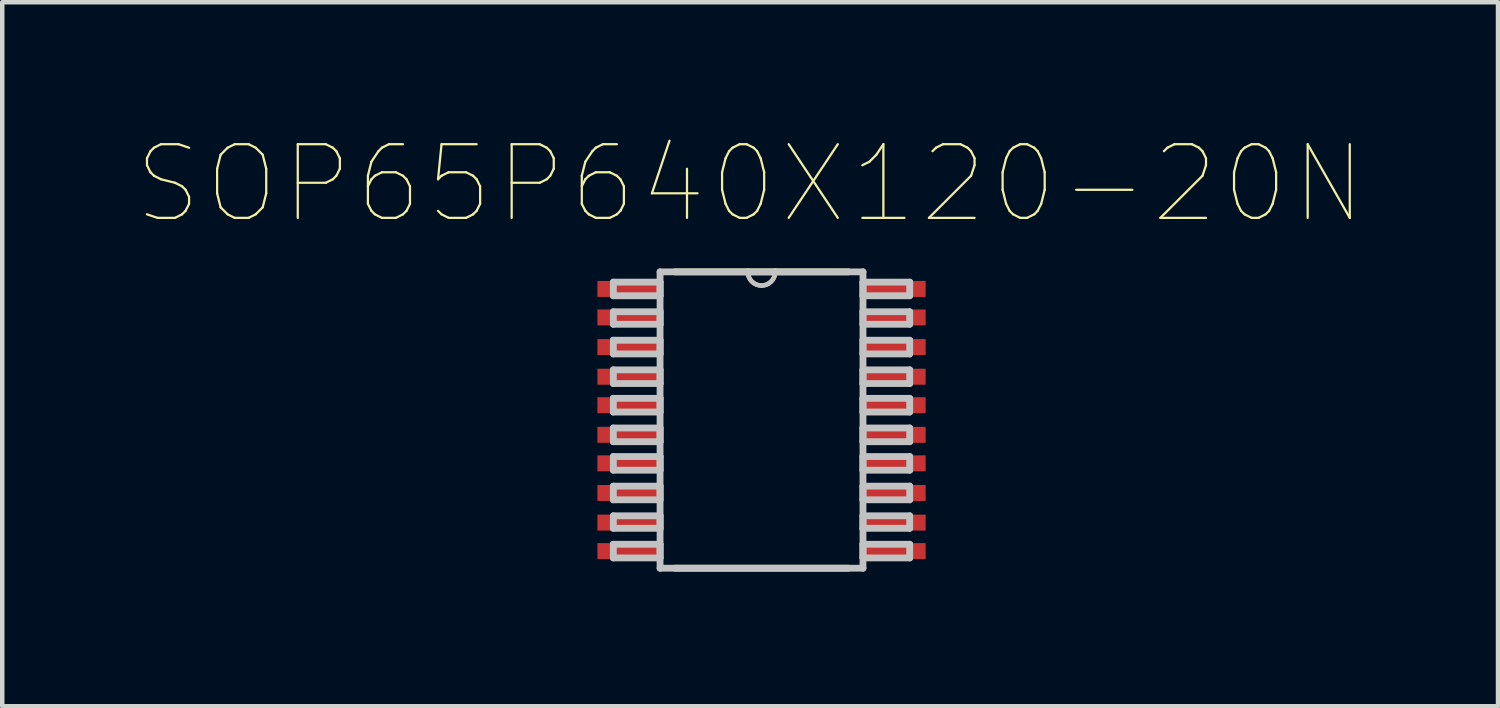
<source format=kicad_pcb>
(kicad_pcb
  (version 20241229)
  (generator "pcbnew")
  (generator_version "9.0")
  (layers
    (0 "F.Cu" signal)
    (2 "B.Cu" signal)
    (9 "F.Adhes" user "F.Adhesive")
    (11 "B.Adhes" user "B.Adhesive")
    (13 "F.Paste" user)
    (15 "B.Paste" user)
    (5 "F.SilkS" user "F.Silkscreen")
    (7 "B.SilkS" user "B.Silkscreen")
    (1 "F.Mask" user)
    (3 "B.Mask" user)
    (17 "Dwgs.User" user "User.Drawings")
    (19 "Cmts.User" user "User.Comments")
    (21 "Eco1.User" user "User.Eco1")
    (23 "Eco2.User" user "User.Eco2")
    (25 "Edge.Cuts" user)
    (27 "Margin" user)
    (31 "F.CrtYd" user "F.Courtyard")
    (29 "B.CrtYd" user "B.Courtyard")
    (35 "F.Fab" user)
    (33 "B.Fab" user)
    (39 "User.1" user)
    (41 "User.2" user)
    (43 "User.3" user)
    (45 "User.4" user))
  (footprint "SOP65P640X120-20N"
    (layer "F.Cu")
    (at 13.92 6.31)
    (property "Reference" "SOP65P640X120-20N" (at -0.254 -5.262 0) (layer "F.SilkS") (effects (font (size 1.641 1.641) (thickness 0.05))))
    (attr smd)
    (fp_line (start -1.93 3.302) (end 1.93 3.302) (stroke (width 0.152) (type solid)) (layer "F.SilkS"))
    (fp_line (start -0.305 -3.302) (end -1.93 -3.302) (stroke (width 0.152) (type solid)) (layer "F.SilkS"))
    (fp_line (start 0.305 -3.302) (end -0.305 -3.302) (stroke (width 0.152) (type solid)) (layer "F.SilkS"))
    (fp_line (start 1.93 -3.302) (end 0.305 -3.302) (stroke (width 0.152) (type solid)) (layer "F.SilkS"))
    (fp_arc (start 0.3048 -3.302) (mid 0 -2.9972) (end -0.3048 -3.302) (stroke (width 0.1) (type solid)) (layer "F.SilkS"))
    (fp_line (start -3.302 -3.073) (end -3.302 -2.769) (stroke (width 0.152) (type solid)) (layer "Dwgs.User"))
    (fp_line (start -3.302 -2.769) (end -2.261 -2.769) (stroke (width 0.152) (type solid)) (layer "Dwgs.User"))
    (fp_line (start -3.302 -2.413) (end -3.302 -2.134) (stroke (width 0.152) (type solid)) (layer "Dwgs.User"))
    (fp_line (start -3.302 -2.134) (end -2.261 -2.134) (stroke (width 0.152) (type solid)) (layer "Dwgs.User"))
    (fp_line (start -3.302 -1.778) (end -3.302 -1.473) (stroke (width 0.152) (type solid)) (layer "Dwgs.User"))
    (fp_line (start -3.302 -1.473) (end -2.261 -1.473) (stroke (width 0.152) (type solid)) (layer "Dwgs.User"))
    (fp_line (start -3.302 -1.118) (end -3.302 -0.813) (stroke (width 0.152) (type solid)) (layer "Dwgs.User"))
    (fp_line (start -3.302 -0.813) (end -2.261 -0.813) (stroke (width 0.152) (type solid)) (layer "Dwgs.User"))
    (fp_line (start -3.302 -0.483) (end -3.302 -0.178) (stroke (width 0.152) (type solid)) (layer "Dwgs.User"))
    (fp_line (start -3.302 -0.178) (end -2.261 -0.178) (stroke (width 0.152) (type solid)) (layer "Dwgs.User"))
    (fp_line (start -3.302 0.178) (end -3.302 0.483) (stroke (width 0.152) (type solid)) (layer "Dwgs.User"))
    (fp_line (start -3.302 0.483) (end -2.261 0.483) (stroke (width 0.152) (type solid)) (layer "Dwgs.User"))
    (fp_line (start -3.302 0.813) (end -3.302 1.118) (stroke (width 0.152) (type solid)) (layer "Dwgs.User"))
    (fp_line (start -3.302 1.118) (end -2.261 1.118) (stroke (width 0.152) (type solid)) (layer "Dwgs.User"))
    (fp_line (start -3.302 1.473) (end -3.302 1.778) (stroke (width 0.152) (type solid)) (layer "Dwgs.User"))
    (fp_line (start -3.302 1.778) (end -2.261 1.778) (stroke (width 0.152) (type solid)) (layer "Dwgs.User"))
    (fp_line (start -3.302 2.134) (end -3.302 2.413) (stroke (width 0.152) (type solid)) (layer "Dwgs.User"))
    (fp_line (start -3.302 2.413) (end -2.261 2.413) (stroke (width 0.152) (type solid)) (layer "Dwgs.User"))
    (fp_line (start -3.302 2.769) (end -3.302 3.073) (stroke (width 0.152) (type solid)) (layer "Dwgs.User"))
    (fp_line (start -3.302 3.073) (end -2.261 3.073) (stroke (width 0.152) (type solid)) (layer "Dwgs.User"))
    (fp_line (start -2.261 -3.302) (end -2.261 3.302) (stroke (width 0.152) (type solid)) (layer "Dwgs.User"))
    (fp_line (start -2.261 -3.073) (end -3.302 -3.073) (stroke (width 0.152) (type solid)) (layer "Dwgs.User"))
    (fp_line (start -2.261 -2.769) (end -2.261 -3.073) (stroke (width 0.152) (type solid)) (layer "Dwgs.User"))
    (fp_line (start -2.261 -2.413) (end -3.302 -2.413) (stroke (width 0.152) (type solid)) (layer "Dwgs.User"))
    (fp_line (start -2.261 -2.134) (end -2.261 -2.413) (stroke (width 0.152) (type solid)) (layer "Dwgs.User"))
    (fp_line (start -2.261 -1.778) (end -3.302 -1.778) (stroke (width 0.152) (type solid)) (layer "Dwgs.User"))
    (fp_line (start -2.261 -1.473) (end -2.261 -1.778) (stroke (width 0.152) (type solid)) (layer "Dwgs.User"))
    (fp_line (start -2.261 -1.118) (end -3.302 -1.118) (stroke (width 0.152) (type solid)) (layer "Dwgs.User"))
    (fp_line (start -2.261 -0.813) (end -2.261 -1.118) (stroke (width 0.152) (type solid)) (layer "Dwgs.User"))
    (fp_line (start -2.261 -0.483) (end -3.302 -0.483) (stroke (width 0.152) (type solid)) (layer "Dwgs.User"))
    (fp_line (start -2.261 -0.178) (end -2.261 -0.483) (stroke (width 0.152) (type solid)) (layer "Dwgs.User"))
    (fp_line (start -2.261 0.178) (end -3.302 0.178) (stroke (width 0.152) (type solid)) (layer "Dwgs.User"))
    (fp_line (start -2.261 0.483) (end -2.261 0.178) (stroke (width 0.152) (type solid)) (layer "Dwgs.User"))
    (fp_line (start -2.261 0.813) (end -3.302 0.813) (stroke (width 0.152) (type solid)) (layer "Dwgs.User"))
    (fp_line (start -2.261 1.118) (end -2.261 0.813) (stroke (width 0.152) (type solid)) (layer "Dwgs.User"))
    (fp_line (start -2.261 1.473) (end -3.302 1.473) (stroke (width 0.152) (type solid)) (layer "Dwgs.User"))
    (fp_line (start -2.261 1.778) (end -2.261 1.473) (stroke (width 0.152) (type solid)) (layer "Dwgs.User"))
    (fp_line (start -2.261 2.134) (end -3.302 2.134) (stroke (width 0.152) (type solid)) (layer "Dwgs.User"))
    (fp_line (start -2.261 2.413) (end -2.261 2.134) (stroke (width 0.152) (type solid)) (layer "Dwgs.User"))
    (fp_line (start -2.261 2.769) (end -3.302 2.769) (stroke (width 0.152) (type solid)) (layer "Dwgs.User"))
    (fp_line (start -2.261 3.073) (end -2.261 2.769) (stroke (width 0.152) (type solid)) (layer "Dwgs.User"))
    (fp_line (start -2.261 3.302) (end 2.261 3.302) (stroke (width 0.152) (type solid)) (layer "Dwgs.User"))
    (fp_line (start -0.305 -3.302) (end -2.261 -3.302) (stroke (width 0.152) (type solid)) (layer "Dwgs.User"))
    (fp_line (start 0.305 -3.302) (end -0.305 -3.302) (stroke (width 0.152) (type solid)) (layer "Dwgs.User"))
    (fp_line (start 2.261 -3.302) (end 0.305 -3.302) (stroke (width 0.152) (type solid)) (layer "Dwgs.User"))
    (fp_line (start 2.261 -3.073) (end 2.261 -2.769) (stroke (width 0.152) (type solid)) (layer "Dwgs.User"))
    (fp_line (start 2.261 -2.769) (end 3.302 -2.769) (stroke (width 0.152) (type solid)) (layer "Dwgs.User"))
    (fp_line (start 2.261 -2.413) (end 2.261 -2.134) (stroke (width 0.152) (type solid)) (layer "Dwgs.User"))
    (fp_line (start 2.261 -2.134) (end 3.302 -2.134) (stroke (width 0.152) (type solid)) (layer "Dwgs.User"))
    (fp_line (start 2.261 -1.778) (end 2.261 -1.473) (stroke (width 0.152) (type solid)) (layer "Dwgs.User"))
    (fp_line (start 2.261 -1.473) (end 3.302 -1.473) (stroke (width 0.152) (type solid)) (layer "Dwgs.User"))
    (fp_line (start 2.261 -1.118) (end 2.261 -0.813) (stroke (width 0.152) (type solid)) (layer "Dwgs.User"))
    (fp_line (start 2.261 -0.813) (end 3.302 -0.813) (stroke (width 0.152) (type solid)) (layer "Dwgs.User"))
    (fp_line (start 2.261 -0.483) (end 2.261 -0.178) (stroke (width 0.152) (type solid)) (layer "Dwgs.User"))
    (fp_line (start 2.261 -0.178) (end 3.302 -0.178) (stroke (width 0.152) (type solid)) (layer "Dwgs.User"))
    (fp_line (start 2.261 0.178) (end 2.261 0.483) (stroke (width 0.152) (type solid)) (layer "Dwgs.User"))
    (fp_line (start 2.261 0.483) (end 3.302 0.483) (stroke (width 0.152) (type solid)) (layer "Dwgs.User"))
    (fp_line (start 2.261 0.813) (end 2.261 1.118) (stroke (width 0.152) (type solid)) (layer "Dwgs.User"))
    (fp_line (start 2.261 1.118) (end 3.302 1.118) (stroke (width 0.152) (type solid)) (layer "Dwgs.User"))
    (fp_line (start 2.261 1.473) (end 2.261 1.778) (stroke (width 0.152) (type solid)) (layer "Dwgs.User"))
    (fp_line (start 2.261 1.778) (end 3.302 1.778) (stroke (width 0.152) (type solid)) (layer "Dwgs.User"))
    (fp_line (start 2.261 2.134) (end 2.261 2.413) (stroke (width 0.152) (type solid)) (layer "Dwgs.User"))
    (fp_line (start 2.261 2.413) (end 3.302 2.413) (stroke (width 0.152) (type solid)) (layer "Dwgs.User"))
    (fp_line (start 2.261 2.769) (end 2.261 3.073) (stroke (width 0.152) (type solid)) (layer "Dwgs.User"))
    (fp_line (start 2.261 3.073) (end 3.302 3.073) (stroke (width 0.152) (type solid)) (layer "Dwgs.User"))
    (fp_line (start 2.261 3.302) (end 2.261 -3.302) (stroke (width 0.152) (type solid)) (layer "Dwgs.User"))
    (fp_line (start 3.302 -3.073) (end 2.261 -3.073) (stroke (width 0.152) (type solid)) (layer "Dwgs.User"))
    (fp_line (start 3.302 -2.769) (end 3.302 -3.073) (stroke (width 0.152) (type solid)) (layer "Dwgs.User"))
    (fp_line (start 3.302 -2.413) (end 2.261 -2.413) (stroke (width 0.152) (type solid)) (layer "Dwgs.User"))
    (fp_line (start 3.302 -2.134) (end 3.302 -2.413) (stroke (width 0.152) (type solid)) (layer "Dwgs.User"))
    (fp_line (start 3.302 -1.778) (end 2.261 -1.778) (stroke (width 0.152) (type solid)) (layer "Dwgs.User"))
    (fp_line (start 3.302 -1.473) (end 3.302 -1.778) (stroke (width 0.152) (type solid)) (layer "Dwgs.User"))
    (fp_line (start 3.302 -1.118) (end 2.261 -1.118) (stroke (width 0.152) (type solid)) (layer "Dwgs.User"))
    (fp_line (start 3.302 -0.813) (end 3.302 -1.118) (stroke (width 0.152) (type solid)) (layer "Dwgs.User"))
    (fp_line (start 3.302 -0.483) (end 2.261 -0.483) (stroke (width 0.152) (type solid)) (layer "Dwgs.User"))
    (fp_line (start 3.302 -0.178) (end 3.302 -0.483) (stroke (width 0.152) (type solid)) (layer "Dwgs.User"))
    (fp_line (start 3.302 0.178) (end 2.261 0.178) (stroke (width 0.152) (type solid)) (layer "Dwgs.User"))
    (fp_line (start 3.302 0.483) (end 3.302 0.178) (stroke (width 0.152) (type solid)) (layer "Dwgs.User"))
    (fp_line (start 3.302 0.813) (end 2.261 0.813) (stroke (width 0.152) (type solid)) (layer "Dwgs.User"))
    (fp_line (start 3.302 1.118) (end 3.302 0.813) (stroke (width 0.152) (type solid)) (layer "Dwgs.User"))
    (fp_line (start 3.302 1.473) (end 2.261 1.473) (stroke (width 0.152) (type solid)) (layer "Dwgs.User"))
    (fp_line (start 3.302 1.778) (end 3.302 1.473) (stroke (width 0.152) (type solid)) (layer "Dwgs.User"))
    (fp_line (start 3.302 2.134) (end 2.261 2.134) (stroke (width 0.152) (type solid)) (layer "Dwgs.User"))
    (fp_line (start 3.302 2.413) (end 3.302 2.134) (stroke (width 0.152) (type solid)) (layer "Dwgs.User"))
    (fp_line (start 3.302 2.769) (end 2.261 2.769) (stroke (width 0.152) (type solid)) (layer "Dwgs.User"))
    (fp_line (start 3.302 3.073) (end 3.302 2.769) (stroke (width 0.152) (type solid)) (layer "Dwgs.User"))
    (fp_arc (start 0.3048 -3.302) (mid 0 -2.9972) (end -0.3048 -3.302) (stroke (width 0.1) (type solid)) (layer "Dwgs.User"))
    (pad "1" smd rect (at -2.921 -2.921) (size 1.473 0.356) (layers "F.Cu" "F.Mask" "F.Paste"))
    (pad "2" smd rect (at -2.921 -2.286) (size 1.473 0.356) (layers "F.Cu" "F.Mask" "F.Paste"))
    (pad "3" smd rect (at -2.921 -1.626) (size 1.473 0.356) (layers "F.Cu" "F.Mask" "F.Paste"))
    (pad "4" smd rect (at -2.921 -0.965) (size 1.473 0.356) (layers "F.Cu" "F.Mask" "F.Paste"))
    (pad "5" smd rect (at -2.921 -0.33) (size 1.473 0.356) (layers "F.Cu" "F.Mask" "F.Paste"))
    (pad "6" smd rect (at -2.921 0.33) (size 1.473 0.356) (layers "F.Cu" "F.Mask" "F.Paste"))
    (pad "7" smd rect (at -2.921 0.965) (size 1.473 0.356) (layers "F.Cu" "F.Mask" "F.Paste"))
    (pad "8" smd rect (at -2.921 1.626) (size 1.473 0.356) (layers "F.Cu" "F.Mask" "F.Paste"))
    (pad "9" smd rect (at -2.921 2.286) (size 1.473 0.356) (layers "F.Cu" "F.Mask" "F.Paste"))
    (pad "10" smd rect (at -2.921 2.921) (size 1.473 0.356) (layers "F.Cu" "F.Mask" "F.Paste"))
    (pad "11" smd rect (at 2.921 2.921) (size 1.473 0.356) (layers "F.Cu" "F.Mask" "F.Paste"))
    (pad "12" smd rect (at 2.921 2.286) (size 1.473 0.356) (layers "F.Cu" "F.Mask" "F.Paste"))
    (pad "13" smd rect (at 2.921 1.626) (size 1.473 0.356) (layers "F.Cu" "F.Mask" "F.Paste"))
    (pad "14" smd rect (at 2.921 0.965) (size 1.473 0.356) (layers "F.Cu" "F.Mask" "F.Paste"))
    (pad "15" smd rect (at 2.921 0.33) (size 1.473 0.356) (layers "F.Cu" "F.Mask" "F.Paste"))
    (pad "16" smd rect (at 2.921 -0.33) (size 1.473 0.356) (layers "F.Cu" "F.Mask" "F.Paste"))
    (pad "17" smd rect (at 2.921 -0.965) (size 1.473 0.356) (layers "F.Cu" "F.Mask" "F.Paste"))
    (pad "18" smd rect (at 2.921 -1.626) (size 1.473 0.356) (layers "F.Cu" "F.Mask" "F.Paste"))
    (pad "19" smd rect (at 2.921 -2.286) (size 1.473 0.356) (layers "F.Cu" "F.Mask" "F.Paste"))
    (pad "20" smd rect (at 2.921 -2.921) (size 1.473 0.356) (layers "F.Cu" "F.Mask" "F.Paste")))
  (gr_rect
    (start -3 -3)
    (end 30.332 12.688)
    (stroke (width 0.1) (type default))
    (fill no)
    (layer "Edge.Cuts")))
</source>
